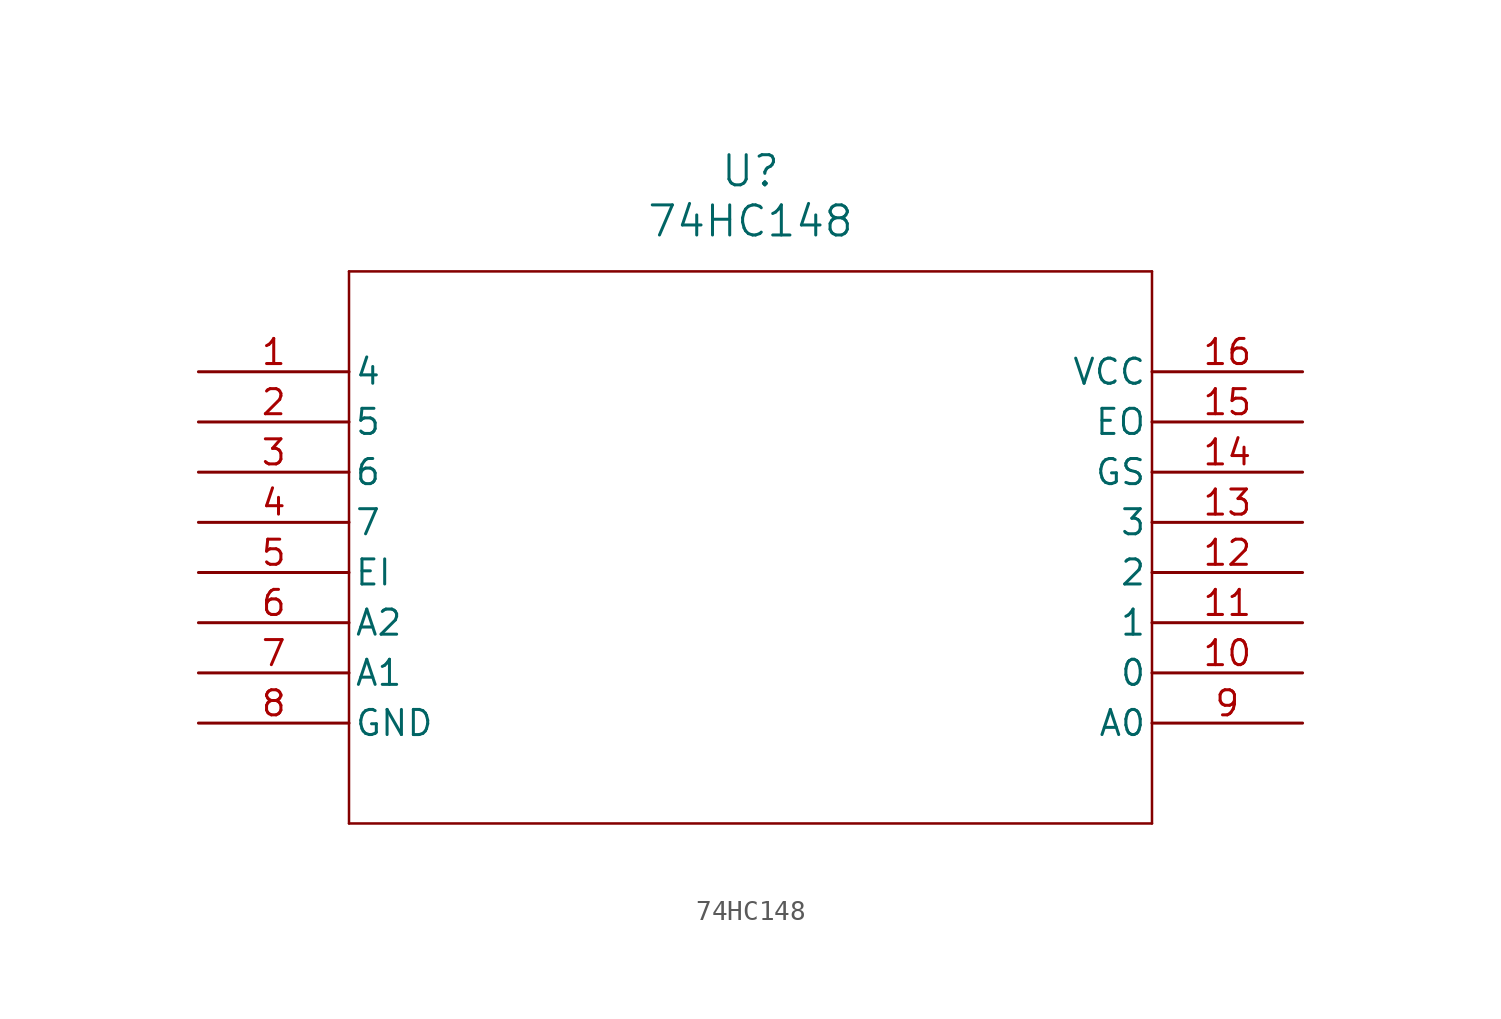
<source format=kicad_sym>
(kicad_symbol_lib
  (version 20211014)
  (generator kicad_symbol_editor)
  (symbol "74HC148"
    (pin_names
      (offset 0.254))
    (property "Reference" "U"
      (at 27.94 10.16 0)
      (effects (font (size 1.524 1.524))))
    (property "Value" "74HC148"
      (at 27.94 7.62 0)
      (effects (font (size 1.524 1.524))))
    (symbol "74HC148_0_1"
      (polyline (pts (xy 7.62 5.08) (xy 7.62 -22.86)) (stroke (width 0.127) (type default) (color 0 0 0 0)) (fill (type none)))
      (polyline (pts (xy 7.62 -22.86) (xy 48.26 -22.86)) (stroke (width 0.127) (type default) (color 0 0 0 0)) (fill (type none)))
      (polyline (pts (xy 48.26 -22.86) (xy 48.26 5.08)) (stroke (width 0.127) (type default) (color 0 0 0 0)) (fill (type none)))
      (polyline (pts (xy 48.26 5.08) (xy 7.62 5.08)) (stroke (width 0.127) (type default) (color 0 0 0 0)) (fill (type none)))
      (pin unspecified line (at 0 0 0) (length 7.62) (name "4" (effects (font (size 1.27 1.27)))) (number "1" (effects (font (size 1.27 1.27)))))
      (pin unspecified line (at 0 -2.54 0) (length 7.62) (name "5" (effects (font (size 1.27 1.27)))) (number "2" (effects (font (size 1.27 1.27)))))
      (pin unspecified line (at 0 -5.08 0) (length 7.62) (name "6" (effects (font (size 1.27 1.27)))) (number "3" (effects (font (size 1.27 1.27)))))
      (pin unspecified line (at 0 -7.62 0) (length 7.62) (name "7" (effects (font (size 1.27 1.27)))) (number "4" (effects (font (size 1.27 1.27)))))
      (pin unspecified line (at 0 -10.16 0) (length 7.62) (name "EI" (effects (font (size 1.27 1.27)))) (number "5" (effects (font (size 1.27 1.27)))))
      (pin unspecified line (at 0 -12.7 0) (length 7.62) (name "A2" (effects (font (size 1.27 1.27)))) (number "6" (effects (font (size 1.27 1.27)))))
      (pin unspecified line (at 0 -15.24 0) (length 7.62) (name "A1" (effects (font (size 1.27 1.27)))) (number "7" (effects (font (size 1.27 1.27)))))
      (pin unspecified line (at 0 -17.78 0) (length 7.62) (name "GND" (effects (font (size 1.27 1.27)))) (number "8" (effects (font (size 1.27 1.27)))))
      (pin unspecified line (at 55.88 -17.78 180) (length 7.62) (name "A0" (effects (font (size 1.27 1.27)))) (number "9" (effects (font (size 1.27 1.27)))))
      (pin unspecified line (at 55.88 -15.24 180) (length 7.62) (name "0" (effects (font (size 1.27 1.27)))) (number "10" (effects (font (size 1.27 1.27)))))
      (pin unspecified line (at 55.88 -12.7 180) (length 7.62) (name "1" (effects (font (size 1.27 1.27)))) (number "11" (effects (font (size 1.27 1.27)))))
      (pin unspecified line (at 55.88 -10.16 180) (length 7.62) (name "2" (effects (font (size 1.27 1.27)))) (number "12" (effects (font (size 1.27 1.27)))))
      (pin unspecified line (at 55.88 -7.62 180) (length 7.62) (name "3" (effects (font (size 1.27 1.27)))) (number "13" (effects (font (size 1.27 1.27)))))
      (pin unspecified line (at 55.88 -5.08 180) (length 7.62) (name "GS" (effects (font (size 1.27 1.27)))) (number "14" (effects (font (size 1.27 1.27)))))
      (pin unspecified line (at 55.88 -2.54 180) (length 7.62) (name "EO" (effects (font (size 1.27 1.27)))) (number "15" (effects (font (size 1.27 1.27)))))
      (pin unspecified line (at 55.88 0 180) (length 7.62) (name "VCC" (effects (font (size 1.27 1.27)))) (number "16" (effects (font (size 1.27 1.27))))))))
</source>
